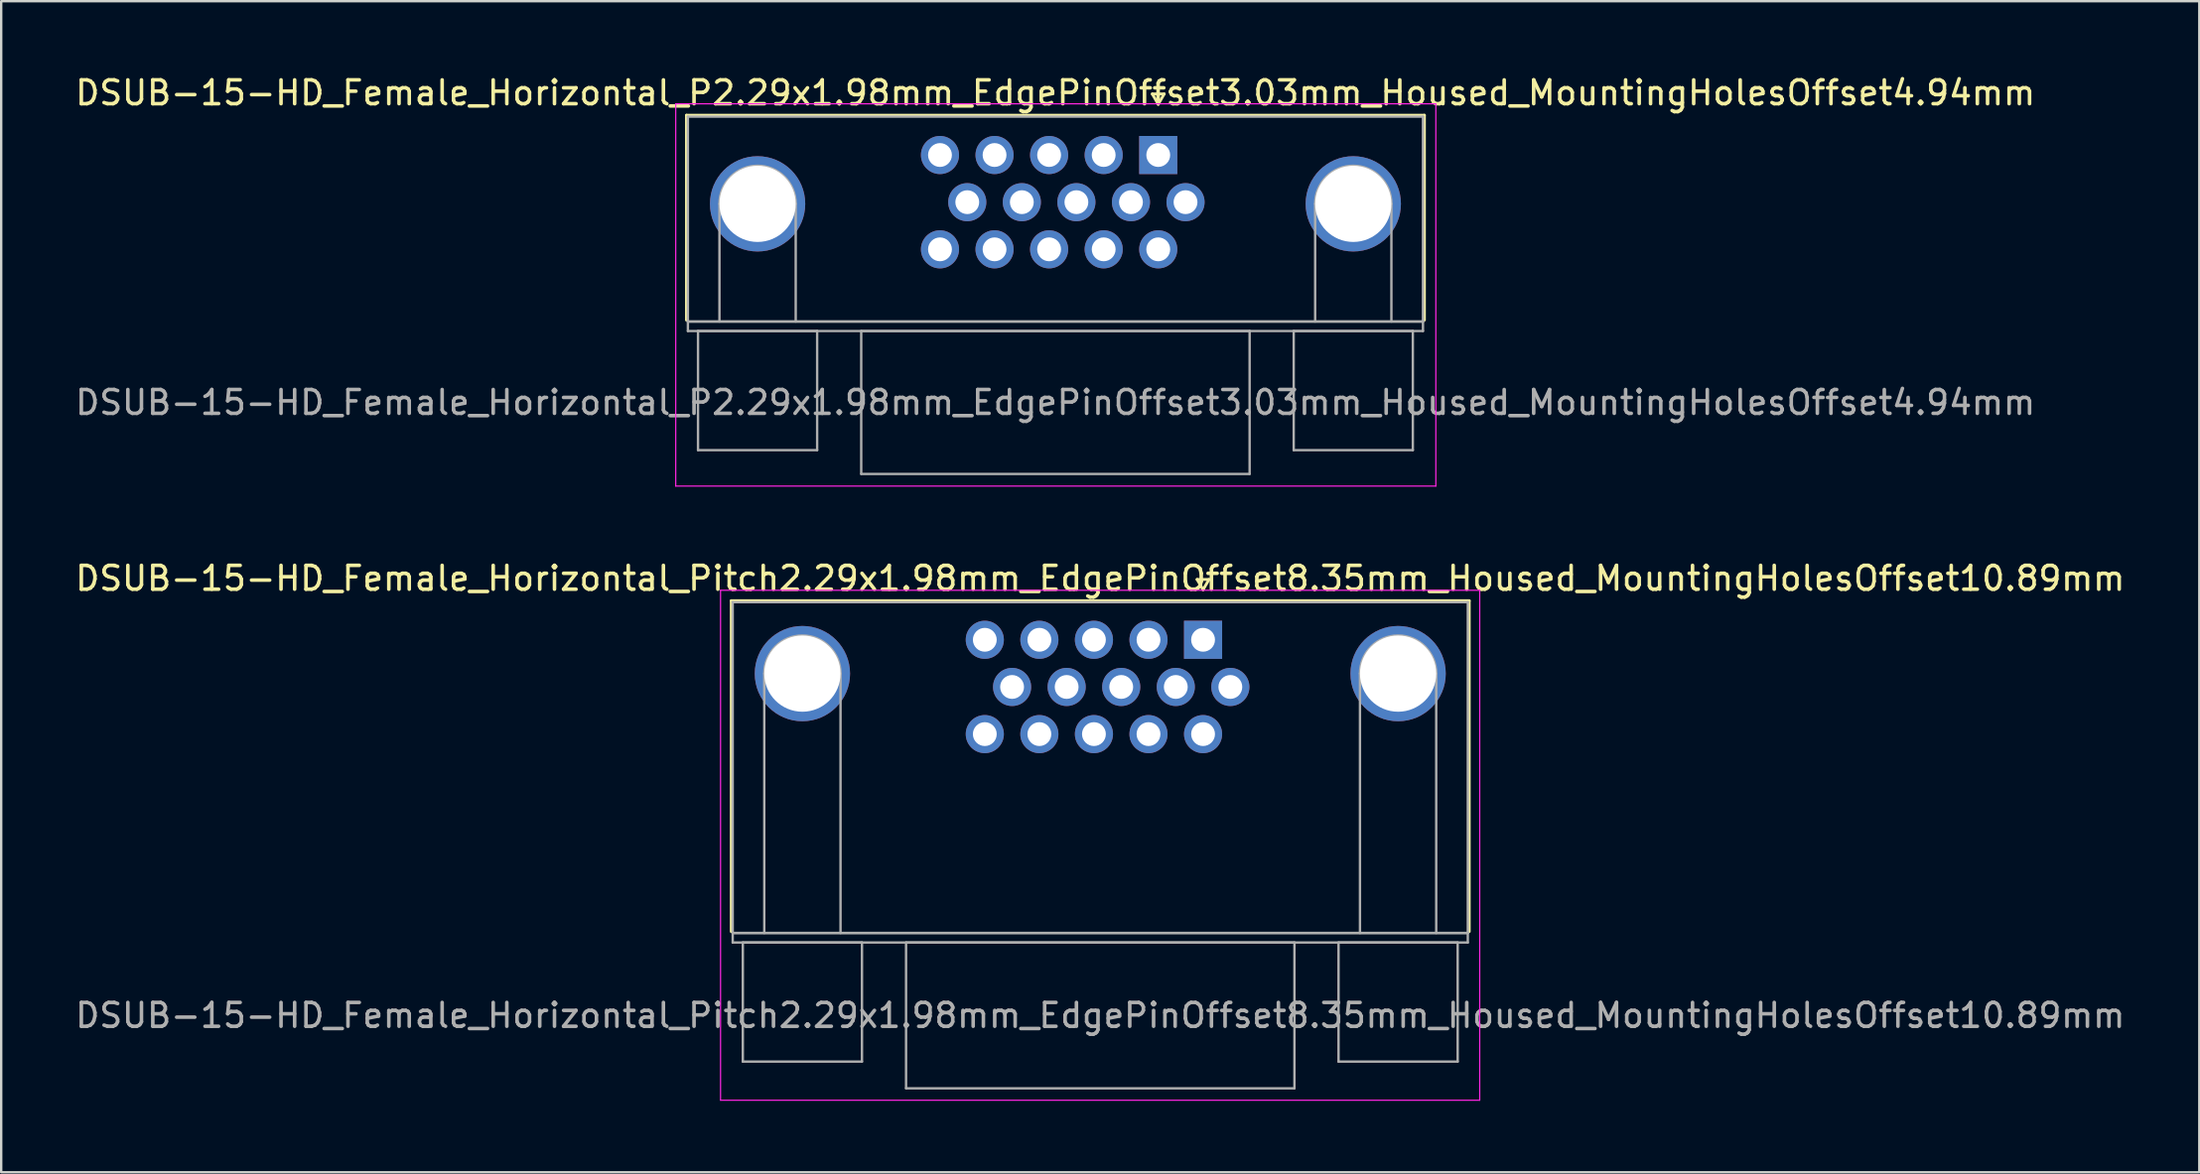
<source format=kicad_pcb>
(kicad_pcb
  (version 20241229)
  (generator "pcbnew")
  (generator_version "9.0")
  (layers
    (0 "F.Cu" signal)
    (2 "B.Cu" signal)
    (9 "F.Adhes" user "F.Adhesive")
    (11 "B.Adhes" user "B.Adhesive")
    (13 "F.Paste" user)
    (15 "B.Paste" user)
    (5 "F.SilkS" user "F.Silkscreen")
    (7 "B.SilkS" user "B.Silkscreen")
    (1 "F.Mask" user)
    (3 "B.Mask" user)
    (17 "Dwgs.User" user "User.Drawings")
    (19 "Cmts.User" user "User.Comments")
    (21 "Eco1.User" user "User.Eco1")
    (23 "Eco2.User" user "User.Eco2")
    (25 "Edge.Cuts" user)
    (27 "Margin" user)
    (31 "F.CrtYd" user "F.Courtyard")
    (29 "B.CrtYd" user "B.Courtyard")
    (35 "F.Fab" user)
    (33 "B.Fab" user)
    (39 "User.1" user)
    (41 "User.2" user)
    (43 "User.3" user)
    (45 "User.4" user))
  (footprint "DSUB-15-HD_Female_Horizontal_P2.29x1.98mm_EdgePinOffset3.03mm_Housed_MountingHolesOffset4.94mm"
    (layer "F.Cu")
    (at 45.559 3.458)
    (property "Reference" "DSUB-15-HD_Female_Horizontal_P2.29x1.98mm_EdgePinOffset3.03mm_Housed_MountingHolesOffset4.94mm" (at -4.315 -2.61 0) (layer "F.SilkS") (effects (font (size 1 1) (thickness 0.15))))
    (attr through_hole)
    (fp_line (start -19.8 -1.67) (end 11.17 -1.67) (stroke (width 0.12) (type solid)) (layer "F.SilkS"))
    (fp_line (start -19.8 6.93) (end -19.8 -1.67) (stroke (width 0.12) (type solid)) (layer "F.SilkS"))
    (fp_line (start -0.25 -2.564) (end 0.25 -2.564) (stroke (width 0.12) (type solid)) (layer "F.SilkS"))
    (fp_line (start 0 -2.131) (end -0.25 -2.564) (stroke (width 0.12) (type solid)) (layer "F.SilkS"))
    (fp_line (start 0.25 -2.564) (end 0 -2.131) (stroke (width 0.12) (type solid)) (layer "F.SilkS"))
    (fp_line (start 11.17 -1.67) (end 11.17 6.93) (stroke (width 0.12) (type solid)) (layer "F.SilkS"))
    (fp_line (start -20.25 -2.15) (end -20.25 13.9) (stroke (width 0.05) (type solid)) (layer "F.CrtYd"))
    (fp_line (start -20.25 13.9) (end 11.65 13.9) (stroke (width 0.05) (type solid)) (layer "F.CrtYd"))
    (fp_line (start 11.65 -2.15) (end -20.25 -2.15) (stroke (width 0.05) (type solid)) (layer "F.CrtYd"))
    (fp_line (start 11.65 13.9) (end 11.65 -2.15) (stroke (width 0.05) (type solid)) (layer "F.CrtYd"))
    (fp_line (start -19.74 -1.61) (end -19.74 6.99) (stroke (width 0.1) (type solid)) (layer "F.Fab"))
    (fp_line (start -19.74 6.99) (end -19.74 7.39) (stroke (width 0.1) (type solid)) (layer "F.Fab"))
    (fp_line (start -19.74 6.99) (end 11.11 6.99) (stroke (width 0.1) (type solid)) (layer "F.Fab"))
    (fp_line (start -19.74 7.39) (end 11.11 7.39) (stroke (width 0.1) (type solid)) (layer "F.Fab"))
    (fp_line (start -19.315 7.39) (end -19.315 12.39) (stroke (width 0.1) (type solid)) (layer "F.Fab"))
    (fp_line (start -19.315 12.39) (end -14.315 12.39) (stroke (width 0.1) (type solid)) (layer "F.Fab"))
    (fp_line (start -18.415 6.99) (end -18.415 2.05) (stroke (width 0.1) (type solid)) (layer "F.Fab"))
    (fp_line (start -15.215 6.99) (end -15.215 2.05) (stroke (width 0.1) (type solid)) (layer "F.Fab"))
    (fp_line (start -14.315 7.39) (end -19.315 7.39) (stroke (width 0.1) (type solid)) (layer "F.Fab"))
    (fp_line (start -14.315 12.39) (end -14.315 7.39) (stroke (width 0.1) (type solid)) (layer "F.Fab"))
    (fp_line (start -12.465 7.39) (end -12.465 13.39) (stroke (width 0.1) (type solid)) (layer "F.Fab"))
    (fp_line (start -12.465 13.39) (end 3.835 13.39) (stroke (width 0.1) (type solid)) (layer "F.Fab"))
    (fp_line (start 3.835 7.39) (end -12.465 7.39) (stroke (width 0.1) (type solid)) (layer "F.Fab"))
    (fp_line (start 3.835 13.39) (end 3.835 7.39) (stroke (width 0.1) (type solid)) (layer "F.Fab"))
    (fp_line (start 5.685 7.39) (end 5.685 12.39) (stroke (width 0.1) (type solid)) (layer "F.Fab"))
    (fp_line (start 5.685 12.39) (end 10.685 12.39) (stroke (width 0.1) (type solid)) (layer "F.Fab"))
    (fp_line (start 6.585 6.99) (end 6.585 2.05) (stroke (width 0.1) (type solid)) (layer "F.Fab"))
    (fp_line (start 9.785 6.99) (end 9.785 2.05) (stroke (width 0.1) (type solid)) (layer "F.Fab"))
    (fp_line (start 10.685 7.39) (end 5.685 7.39) (stroke (width 0.1) (type solid)) (layer "F.Fab"))
    (fp_line (start 10.685 12.39) (end 10.685 7.39) (stroke (width 0.1) (type solid)) (layer "F.Fab"))
    (fp_line (start 11.11 -1.61) (end -19.74 -1.61) (stroke (width 0.1) (type solid)) (layer "F.Fab"))
    (fp_line (start 11.11 6.99) (end -19.74 6.99) (stroke (width 0.1) (type solid)) (layer "F.Fab"))
    (fp_line (start 11.11 6.99) (end 11.11 -1.61) (stroke (width 0.1) (type solid)) (layer "F.Fab"))
    (fp_line (start 11.11 7.39) (end 11.11 6.99) (stroke (width 0.1) (type solid)) (layer "F.Fab"))
    (fp_arc (start -18.415 2.05) (mid -16.815 0.45) (end -15.215 2.05) (stroke (width 0.1) (type solid)) (layer "F.Fab"))
    (fp_arc (start 6.585 2.05) (mid 8.185 0.45) (end 9.785 2.05) (stroke (width 0.1) (type solid)) (layer "F.Fab"))
    (fp_text user "${REFERENCE}" (at -4.315 10.39 0) (layer "F.Fab") (effects (font (size 1 1) (thickness 0.15))))
    (pad "0" thru_hole circle (at -16.815 2.05) (size 4 4) (drill 3.2) (layers "*.Cu" "*.Mask"))
    (pad "0" thru_hole circle (at 8.185 2.05) (size 4 4) (drill 3.2) (layers "*.Cu" "*.Mask"))
    (pad "1" thru_hole rect (at 0 0) (size 1.6 1.6) (drill 1) (layers "*.Cu" "*.Mask"))
    (pad "2" thru_hole circle (at -2.29 0) (size 1.6 1.6) (drill 1) (layers "*.Cu" "*.Mask"))
    (pad "3" thru_hole circle (at -4.58 0) (size 1.6 1.6) (drill 1) (layers "*.Cu" "*.Mask"))
    (pad "4" thru_hole circle (at -6.87 0) (size 1.6 1.6) (drill 1) (layers "*.Cu" "*.Mask"))
    (pad "5" thru_hole circle (at -9.16 0) (size 1.6 1.6) (drill 1) (layers "*.Cu" "*.Mask"))
    (pad "6" thru_hole circle (at 1.145 1.98) (size 1.6 1.6) (drill 1) (layers "*.Cu" "*.Mask"))
    (pad "7" thru_hole circle (at -1.145 1.98) (size 1.6 1.6) (drill 1) (layers "*.Cu" "*.Mask"))
    (pad "8" thru_hole circle (at -3.435 1.98) (size 1.6 1.6) (drill 1) (layers "*.Cu" "*.Mask"))
    (pad "9" thru_hole circle (at -5.725 1.98) (size 1.6 1.6) (drill 1) (layers "*.Cu" "*.Mask"))
    (pad "10" thru_hole circle (at -8.015 1.98) (size 1.6 1.6) (drill 1) (layers "*.Cu" "*.Mask"))
    (pad "11" thru_hole circle (at 0 3.96) (size 1.6 1.6) (drill 1) (layers "*.Cu" "*.Mask"))
    (pad "12" thru_hole circle (at -2.29 3.96) (size 1.6 1.6) (drill 1) (layers "*.Cu" "*.Mask"))
    (pad "13" thru_hole circle (at -4.58 3.96) (size 1.6 1.6) (drill 1) (layers "*.Cu" "*.Mask"))
    (pad "14" thru_hole circle (at -6.87 3.96) (size 1.6 1.6) (drill 1) (layers "*.Cu" "*.Mask"))
    (pad "15" thru_hole circle (at -9.16 3.96) (size 1.6 1.6) (drill 1) (layers "*.Cu" "*.Mask")))
  (footprint "DSUB-15-HD_Female_Horizontal_Pitch2.29x1.98mm_EdgePinOffset8.35mm_Housed_MountingHolesOffset10.89mm"
    (layer "F.Cu")
    (at 47.44 23.811)
    (property "Reference" "DSUB-15-HD_Female_Horizontal_Pitch2.29x1.98mm_EdgePinOffset8.35mm_Housed_MountingHolesOffset10.89mm" (at -4.315 -2.58 0) (layer "F.SilkS") (effects (font (size 1 1) (thickness 0.15))))
    (attr through_hole)
    (fp_line (start -19.8 -1.64) (end 11.17 -1.64) (stroke (width 0.12) (type solid)) (layer "F.SilkS"))
    (fp_line (start -19.8 12.25) (end -19.8 -1.64) (stroke (width 0.12) (type solid)) (layer "F.SilkS"))
    (fp_line (start -0.25 -2.534) (end 0.25 -2.534) (stroke (width 0.12) (type solid)) (layer "F.SilkS"))
    (fp_line (start 0 -2.101) (end -0.25 -2.534) (stroke (width 0.12) (type solid)) (layer "F.SilkS"))
    (fp_line (start 0.25 -2.534) (end 0 -2.101) (stroke (width 0.12) (type solid)) (layer "F.SilkS"))
    (fp_line (start 11.17 -1.64) (end 11.17 12.25) (stroke (width 0.12) (type solid)) (layer "F.SilkS"))
    (fp_line (start -20.25 -2.08) (end -20.25 19.33) (stroke (width 0.05) (type solid)) (layer "F.CrtYd"))
    (fp_line (start -20.25 19.33) (end 11.61 19.33) (stroke (width 0.05) (type solid)) (layer "F.CrtYd"))
    (fp_line (start 11.61 -2.08) (end -20.25 -2.08) (stroke (width 0.05) (type solid)) (layer "F.CrtYd"))
    (fp_line (start 11.61 19.33) (end 11.61 -2.08) (stroke (width 0.05) (type solid)) (layer "F.CrtYd"))
    (fp_line (start -19.74 -1.58) (end -19.74 12.31) (stroke (width 0.1) (type solid)) (layer "F.Fab"))
    (fp_line (start -19.74 12.31) (end -19.74 12.71) (stroke (width 0.1) (type solid)) (layer "F.Fab"))
    (fp_line (start -19.74 12.31) (end 11.11 12.31) (stroke (width 0.1) (type solid)) (layer "F.Fab"))
    (fp_line (start -19.74 12.71) (end 11.11 12.71) (stroke (width 0.1) (type solid)) (layer "F.Fab"))
    (fp_line (start -19.315 12.71) (end -19.315 17.71) (stroke (width 0.1) (type solid)) (layer "F.Fab"))
    (fp_line (start -19.315 17.71) (end -14.315 17.71) (stroke (width 0.1) (type solid)) (layer "F.Fab"))
    (fp_line (start -18.415 12.31) (end -18.415 1.42) (stroke (width 0.1) (type solid)) (layer "F.Fab"))
    (fp_line (start -15.215 12.31) (end -15.215 1.42) (stroke (width 0.1) (type solid)) (layer "F.Fab"))
    (fp_line (start -14.315 12.71) (end -19.315 12.71) (stroke (width 0.1) (type solid)) (layer "F.Fab"))
    (fp_line (start -14.315 17.71) (end -14.315 12.71) (stroke (width 0.1) (type solid)) (layer "F.Fab"))
    (fp_line (start -12.465 12.71) (end -12.465 18.83) (stroke (width 0.1) (type solid)) (layer "F.Fab"))
    (fp_line (start -12.465 18.83) (end 3.835 18.83) (stroke (width 0.1) (type solid)) (layer "F.Fab"))
    (fp_line (start 3.835 12.71) (end -12.465 12.71) (stroke (width 0.1) (type solid)) (layer "F.Fab"))
    (fp_line (start 3.835 18.83) (end 3.835 12.71) (stroke (width 0.1) (type solid)) (layer "F.Fab"))
    (fp_line (start 5.685 12.71) (end 5.685 17.71) (stroke (width 0.1) (type solid)) (layer "F.Fab"))
    (fp_line (start 5.685 17.71) (end 10.685 17.71) (stroke (width 0.1) (type solid)) (layer "F.Fab"))
    (fp_line (start 6.585 12.31) (end 6.585 1.42) (stroke (width 0.1) (type solid)) (layer "F.Fab"))
    (fp_line (start 9.785 12.31) (end 9.785 1.42) (stroke (width 0.1) (type solid)) (layer "F.Fab"))
    (fp_line (start 10.685 12.71) (end 5.685 12.71) (stroke (width 0.1) (type solid)) (layer "F.Fab"))
    (fp_line (start 10.685 17.71) (end 10.685 12.71) (stroke (width 0.1) (type solid)) (layer "F.Fab"))
    (fp_line (start 11.11 -1.58) (end -19.74 -1.58) (stroke (width 0.1) (type solid)) (layer "F.Fab"))
    (fp_line (start 11.11 12.31) (end -19.74 12.31) (stroke (width 0.1) (type solid)) (layer "F.Fab"))
    (fp_line (start 11.11 12.31) (end 11.11 -1.58) (stroke (width 0.1) (type solid)) (layer "F.Fab"))
    (fp_line (start 11.11 12.71) (end 11.11 12.31) (stroke (width 0.1) (type solid)) (layer "F.Fab"))
    (fp_arc (start -18.415 1.42) (mid -16.815 -0.18) (end -15.215 1.42) (stroke (width 0.1) (type solid)) (layer "F.Fab"))
    (fp_arc (start 6.585 1.42) (mid 8.185 -0.18) (end 9.785 1.42) (stroke (width 0.1) (type solid)) (layer "F.Fab"))
    (fp_text user "${REFERENCE}" (at -4.315 15.77 0) (layer "F.Fab") (effects (font (size 1 1) (thickness 0.15))))
    (pad "0" thru_hole circle (at -16.815 1.42) (size 4 4) (drill 3.2) (layers "*.Cu" "*.Mask"))
    (pad "0" thru_hole circle (at 8.185 1.42) (size 4 4) (drill 3.2) (layers "*.Cu" "*.Mask"))
    (pad "1" thru_hole rect (at 0 0) (size 1.6 1.6) (drill 1) (layers "*.Cu" "*.Mask"))
    (pad "2" thru_hole circle (at -2.29 0) (size 1.6 1.6) (drill 1) (layers "*.Cu" "*.Mask"))
    (pad "3" thru_hole circle (at -4.58 0) (size 1.6 1.6) (drill 1) (layers "*.Cu" "*.Mask"))
    (pad "4" thru_hole circle (at -6.87 0) (size 1.6 1.6) (drill 1) (layers "*.Cu" "*.Mask"))
    (pad "5" thru_hole circle (at -9.16 0) (size 1.6 1.6) (drill 1) (layers "*.Cu" "*.Mask"))
    (pad "6" thru_hole circle (at 1.145 1.98) (size 1.6 1.6) (drill 1) (layers "*.Cu" "*.Mask"))
    (pad "7" thru_hole circle (at -1.145 1.98) (size 1.6 1.6) (drill 1) (layers "*.Cu" "*.Mask"))
    (pad "8" thru_hole circle (at -3.435 1.98) (size 1.6 1.6) (drill 1) (layers "*.Cu" "*.Mask"))
    (pad "9" thru_hole circle (at -5.725 1.98) (size 1.6 1.6) (drill 1) (layers "*.Cu" "*.Mask"))
    (pad "10" thru_hole circle (at -8.015 1.98) (size 1.6 1.6) (drill 1) (layers "*.Cu" "*.Mask"))
    (pad "11" thru_hole circle (at 0 3.96) (size 1.6 1.6) (drill 1) (layers "*.Cu" "*.Mask"))
    (pad "12" thru_hole circle (at -2.29 3.96) (size 1.6 1.6) (drill 1) (layers "*.Cu" "*.Mask"))
    (pad "13" thru_hole circle (at -4.58 3.96) (size 1.6 1.6) (drill 1) (layers "*.Cu" "*.Mask"))
    (pad "14" thru_hole circle (at -6.87 3.96) (size 1.6 1.6) (drill 1) (layers "*.Cu" "*.Mask"))
    (pad "15" thru_hole circle (at -9.16 3.96) (size 1.6 1.6) (drill 1) (layers "*.Cu" "*.Mask")))
  (gr_rect
    (start -3 -3)
    (end 89.25 46.166)
    (stroke (width 0.1) (type default))
    (fill no)
    (layer "Edge.Cuts")))
</source>
